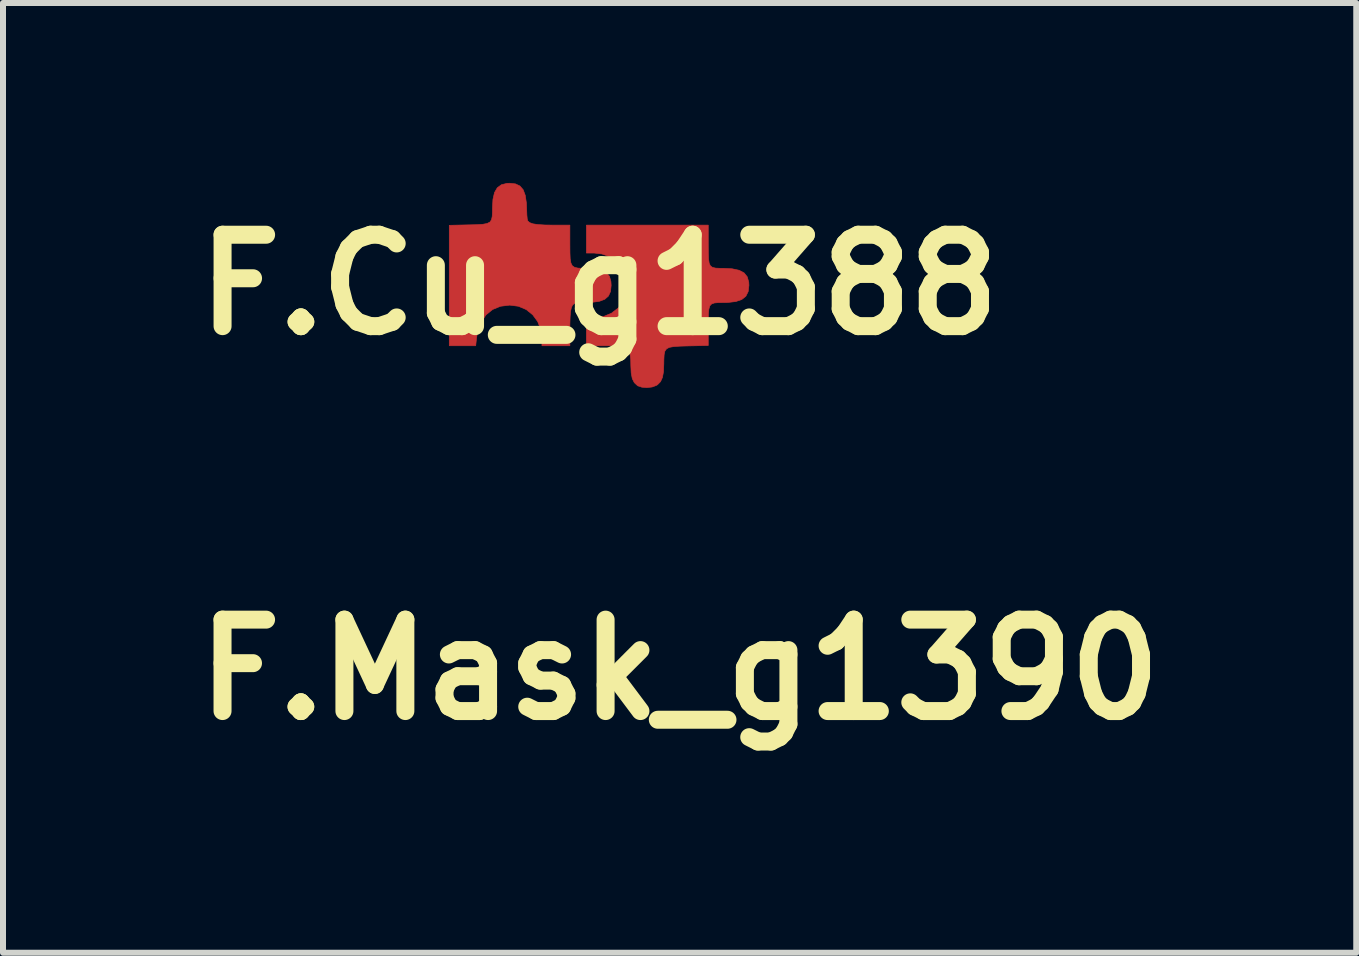
<source format=kicad_pcb>
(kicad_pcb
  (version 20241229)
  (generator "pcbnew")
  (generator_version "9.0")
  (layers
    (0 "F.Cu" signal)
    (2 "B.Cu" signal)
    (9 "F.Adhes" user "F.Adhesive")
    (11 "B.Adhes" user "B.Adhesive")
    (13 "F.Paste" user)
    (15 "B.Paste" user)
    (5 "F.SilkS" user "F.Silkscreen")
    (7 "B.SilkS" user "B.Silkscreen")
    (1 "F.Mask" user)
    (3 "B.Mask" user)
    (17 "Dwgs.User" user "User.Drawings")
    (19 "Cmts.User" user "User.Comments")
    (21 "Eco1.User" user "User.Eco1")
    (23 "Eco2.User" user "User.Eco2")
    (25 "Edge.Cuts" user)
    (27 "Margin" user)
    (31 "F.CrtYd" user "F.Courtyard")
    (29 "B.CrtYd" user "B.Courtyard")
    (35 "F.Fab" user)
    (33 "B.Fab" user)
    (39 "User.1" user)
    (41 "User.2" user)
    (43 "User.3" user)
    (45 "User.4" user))
  (footprint "F.Mask_g1390"
    (layer "F.Cu")
    (at 8.28 8.115)
    (property "Reference" "F.Mask_g1390" (at 0 0 0) (layer "F.SilkS") (effects (font (size 1.524 1.524) (thickness 0.3))))
    (attr through_hole)
    (fp_poly (pts (xy -1.393 -1.682) (xy -1.32 -1.647) (xy -1.266 -1.585) (xy -1.231 -1.491) (xy -1.212 -1.363) (xy -1.207 -1.238) (xy -1.204 -1.161) (xy -1.198 -1.098) (xy -1.19 -1.065) (xy -1.19 -1.065) (xy -1.159 -1.037) (xy -1.105 -1.017) (xy -1.021 -1.004) (xy -0.905 -0.997) (xy -0.771 -0.995) (xy -0.487 -0.995) (xy -0.487 -0.677) (xy -0.486 -0.538) (xy -0.482 -0.435) (xy -0.47 -0.363) (xy -0.447 -0.317) (xy -0.409 -0.291) (xy -0.351 -0.278) (xy -0.272 -0.274) (xy -0.217 -0.274) (xy -0.068 -0.266) (xy 0.044 -0.243) (xy 0.123 -0.201) (xy 0.173 -0.14) (xy 0.197 -0.055) (xy 0.201 0.011) (xy 0.191 0.111) (xy 0.156 0.187) (xy 0.095 0.241) (xy 0.003 0.276) (xy -0.124 0.293) (xy -0.212 0.295) (xy -0.297 0.298) (xy -0.366 0.303) (xy -0.409 0.31) (xy -0.415 0.313) (xy -0.443 0.339) (xy -0.462 0.381) (xy -0.476 0.443) (xy -0.483 0.533) (xy -0.487 0.656) (xy -0.487 0.718) (xy -0.487 1.016) (xy -0.953 1.016) (xy -0.953 0.902) (xy -0.971 0.749) (xy -1.024 0.613) (xy -1.107 0.5) (xy -1.215 0.413) (xy -1.344 0.358) (xy -1.491 0.339) (xy -1.491 0.339) (xy -1.644 0.358) (xy -1.776 0.412) (xy -1.884 0.5) (xy -1.967 0.62) (xy -2.022 0.768) (xy -2.043 0.884) (xy -2.057 1.016) (xy -2.498 1.016) (xy -2.498 -0.992) (xy -2.182 -0.999) (xy -2.042 -1.002) (xy -1.939 -1.009) (xy -1.867 -1.022) (xy -1.82 -1.046) (xy -1.794 -1.084) (xy -1.782 -1.14) (xy -1.778 -1.218) (xy -1.778 -1.274) (xy -1.77 -1.424) (xy -1.744 -1.538) (xy -1.697 -1.618) (xy -1.629 -1.668) (xy -1.537 -1.691) (xy -1.49 -1.693) (xy -1.393 -1.682)) (stroke (width 0.01) (type solid)) (fill yes) (layer "F.Mask"))
    (fp_poly (pts (xy 1.82 -0.67) (xy 1.821 -0.532) (xy 1.825 -0.43) (xy 1.835 -0.36) (xy 1.856 -0.315) (xy 1.891 -0.29) (xy 1.943 -0.278) (xy 2.015 -0.275) (xy 2.065 -0.275) (xy 2.218 -0.267) (xy 2.335 -0.242) (xy 2.418 -0.198) (xy 2.47 -0.133) (xy 2.495 -0.044) (xy 2.498 0.009) (xy 2.486 0.112) (xy 2.447 0.19) (xy 2.379 0.245) (xy 2.28 0.279) (xy 2.145 0.295) (xy 2.078 0.296) (xy 1.988 0.297) (xy 1.922 0.303) (xy 1.876 0.319) (xy 1.846 0.351) (xy 1.83 0.406) (xy 1.822 0.488) (xy 1.82 0.603) (xy 1.82 0.693) (xy 1.82 1.012) (xy 1.49 1.019) (xy 1.349 1.023) (xy 1.245 1.03) (xy 1.171 1.043) (xy 1.124 1.068) (xy 1.096 1.108) (xy 1.084 1.167) (xy 1.08 1.249) (xy 1.079 1.317) (xy 1.074 1.448) (xy 1.056 1.545) (xy 1.024 1.615) (xy 0.974 1.666) (xy 0.954 1.678) (xy 0.884 1.704) (xy 0.797 1.714) (xy 0.712 1.707) (xy 0.646 1.685) (xy 0.64 1.681) (xy 0.587 1.632) (xy 0.553 1.564) (xy 0.535 1.472) (xy 0.529 1.346) (xy 0.527 1.238) (xy 0.516 1.156) (xy 0.493 1.097) (xy 0.45 1.057) (xy 0.384 1.033) (xy 0.289 1.021) (xy 0.16 1.016) (xy 0.071 1.016) (xy -0.212 1.016) (xy -0.212 0.55) (xy -0.079 0.55) (xy 0.069 0.53) (xy 0.204 0.475) (xy 0.318 0.388) (xy 0.406 0.275) (xy 0.456 0.161) (xy 0.478 0.073) (xy 0.485 0.003) (xy 0.475 -0.068) (xy 0.456 -0.14) (xy 0.395 -0.272) (xy 0.303 -0.382) (xy 0.185 -0.464) (xy 0.048 -0.514) (xy -0.079 -0.529) (xy -0.212 -0.529) (xy -0.212 -0.995) (xy 1.82 -0.995) (xy 1.82 -0.67)) (stroke (width 0.01) (type solid)) (fill yes) (layer "F.Mask")))
  (footprint "F.Cu_g1388"
    (layer "F.Cu")
    (at 6.938 1.698)
    (property "Reference" "F.Cu_g1388" (at 0 0 0) (layer "F.SilkS") (effects (font (size 1.524 1.524) (thickness 0.3))))
    (attr through_hole)
    (fp_poly (pts (xy -1.393 -1.682) (xy -1.32 -1.647) (xy -1.266 -1.585) (xy -1.231 -1.491) (xy -1.212 -1.363) (xy -1.207 -1.238) (xy -1.204 -1.161) (xy -1.198 -1.098) (xy -1.19 -1.065) (xy -1.19 -1.065) (xy -1.159 -1.037) (xy -1.105 -1.017) (xy -1.021 -1.004) (xy -0.905 -0.997) (xy -0.771 -0.995) (xy -0.487 -0.995) (xy -0.487 -0.677) (xy -0.486 -0.538) (xy -0.482 -0.435) (xy -0.47 -0.363) (xy -0.447 -0.317) (xy -0.409 -0.291) (xy -0.351 -0.278) (xy -0.272 -0.274) (xy -0.217 -0.274) (xy -0.068 -0.266) (xy 0.044 -0.243) (xy 0.123 -0.201) (xy 0.173 -0.14) (xy 0.197 -0.055) (xy 0.201 0.011) (xy 0.191 0.111) (xy 0.156 0.187) (xy 0.095 0.241) (xy 0.003 0.276) (xy -0.124 0.293) (xy -0.212 0.295) (xy -0.297 0.298) (xy -0.366 0.303) (xy -0.409 0.31) (xy -0.415 0.313) (xy -0.443 0.339) (xy -0.462 0.381) (xy -0.476 0.443) (xy -0.483 0.533) (xy -0.487 0.656) (xy -0.487 0.718) (xy -0.487 1.016) (xy -0.953 1.016) (xy -0.953 0.902) (xy -0.971 0.749) (xy -1.024 0.613) (xy -1.107 0.5) (xy -1.215 0.413) (xy -1.344 0.358) (xy -1.491 0.339) (xy -1.491 0.339) (xy -1.644 0.358) (xy -1.776 0.412) (xy -1.884 0.5) (xy -1.967 0.62) (xy -2.022 0.768) (xy -2.043 0.884) (xy -2.057 1.016) (xy -2.498 1.016) (xy -2.498 -0.992) (xy -2.182 -0.999) (xy -2.042 -1.002) (xy -1.939 -1.009) (xy -1.867 -1.022) (xy -1.82 -1.046) (xy -1.794 -1.084) (xy -1.782 -1.14) (xy -1.778 -1.218) (xy -1.778 -1.274) (xy -1.77 -1.424) (xy -1.744 -1.538) (xy -1.697 -1.618) (xy -1.629 -1.668) (xy -1.537 -1.691) (xy -1.49 -1.693) (xy -1.393 -1.682)) (stroke (width 0.01) (type solid)) (fill yes) (layer "F.Cu"))
    (fp_poly (pts (xy 1.82 -0.67) (xy 1.821 -0.532) (xy 1.825 -0.43) (xy 1.835 -0.36) (xy 1.856 -0.315) (xy 1.891 -0.29) (xy 1.943 -0.278) (xy 2.015 -0.275) (xy 2.065 -0.275) (xy 2.218 -0.267) (xy 2.335 -0.242) (xy 2.418 -0.198) (xy 2.47 -0.133) (xy 2.495 -0.044) (xy 2.498 0.009) (xy 2.486 0.112) (xy 2.447 0.19) (xy 2.379 0.245) (xy 2.28 0.279) (xy 2.145 0.295) (xy 2.078 0.296) (xy 1.988 0.297) (xy 1.922 0.303) (xy 1.876 0.319) (xy 1.846 0.351) (xy 1.83 0.406) (xy 1.822 0.488) (xy 1.82 0.603) (xy 1.82 0.693) (xy 1.82 1.012) (xy 1.49 1.019) (xy 1.349 1.023) (xy 1.245 1.03) (xy 1.171 1.043) (xy 1.124 1.068) (xy 1.096 1.108) (xy 1.084 1.167) (xy 1.08 1.249) (xy 1.079 1.317) (xy 1.074 1.448) (xy 1.056 1.545) (xy 1.024 1.615) (xy 0.974 1.666) (xy 0.954 1.678) (xy 0.884 1.704) (xy 0.797 1.714) (xy 0.712 1.707) (xy 0.646 1.685) (xy 0.64 1.681) (xy 0.587 1.632) (xy 0.553 1.564) (xy 0.535 1.472) (xy 0.529 1.346) (xy 0.527 1.238) (xy 0.516 1.156) (xy 0.493 1.097) (xy 0.45 1.057) (xy 0.384 1.033) (xy 0.289 1.021) (xy 0.16 1.016) (xy 0.071 1.016) (xy -0.212 1.016) (xy -0.212 0.55) (xy -0.079 0.55) (xy 0.069 0.53) (xy 0.204 0.475) (xy 0.318 0.388) (xy 0.406 0.275) (xy 0.456 0.161) (xy 0.478 0.073) (xy 0.485 0.003) (xy 0.475 -0.068) (xy 0.456 -0.14) (xy 0.395 -0.272) (xy 0.303 -0.382) (xy 0.185 -0.464) (xy 0.048 -0.514) (xy -0.079 -0.529) (xy -0.212 -0.529) (xy -0.212 -0.995) (xy 1.82 -0.995) (xy 1.82 -0.67)) (stroke (width 0.01) (type solid)) (fill yes) (layer "F.Cu")))
  (gr_rect
    (start -3 -3)
    (end 19.561 12.834)
    (stroke (width 0.1) (type default))
    (fill no)
    (layer "Edge.Cuts")))
</source>
